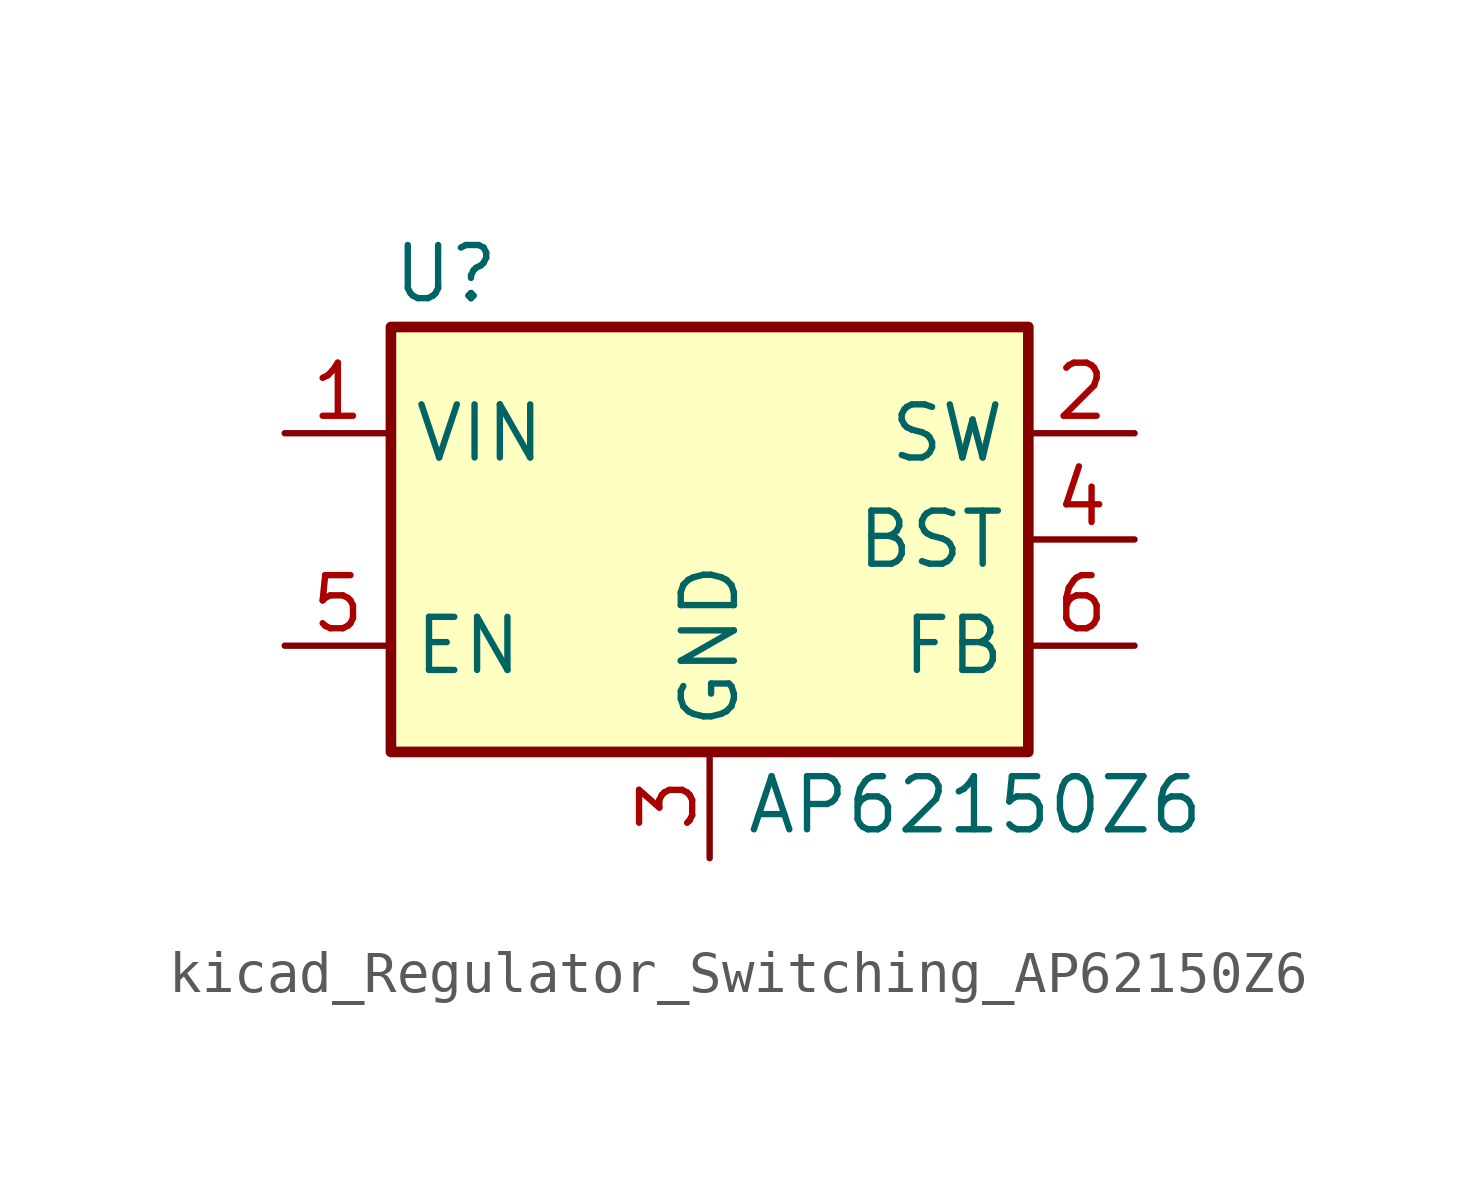
<source format=kicad_sym>
(kicad_symbol_lib
  (version 20220914)
  (generator kicad_symbol_editor)
  (symbol "kicad_Regulator_Switching_AP62150Z6"
    (property "Reference" "U"
      (at -7.62 6.35 0)
      (effects (font (size 1.27 1.27)) (justify left)))
    (property "Value" "AP62150Z6"
      (at 6.35 -6.35 0)
      (effects (font (size 1.27 1.27))))
    (symbol "kicad_Regulator_Switching_AP62150Z6_0_1"
      (rectangle (start -7.62 5.08) (end 7.62 -5.08) (stroke (width 0.254) (type default)) (fill (type background))))
    (symbol "kicad_Regulator_Switching_AP62150Z6_1_1"
      (pin power_in line (at -10.16 2.54 0) (length 2.54) (name "VIN" (effects (font (size 1.27 1.27)))) (number "1" (effects (font (size 1.27 1.27)))))
      (pin output line (at 10.16 2.54 180) (length 2.54) (name "SW" (effects (font (size 1.27 1.27)))) (number "2" (effects (font (size 1.27 1.27)))))
      (pin power_in line (at 0 -7.62 90) (length 2.54) (name "GND" (effects (font (size 1.27 1.27)))) (number "3" (effects (font (size 1.27 1.27)))))
      (pin passive line (at 10.16 0 180) (length 2.54) (name "BST" (effects (font (size 1.27 1.27)))) (number "4" (effects (font (size 1.27 1.27)))))
      (pin input line (at -10.16 -2.54 0) (length 2.54) (name "EN" (effects (font (size 1.27 1.27)))) (number "5" (effects (font (size 1.27 1.27)))))
      (pin input line (at 10.16 -2.54 180) (length 2.54) (name "FB" (effects (font (size 1.27 1.27)))) (number "6" (effects (font (size 1.27 1.27))))))))
</source>
